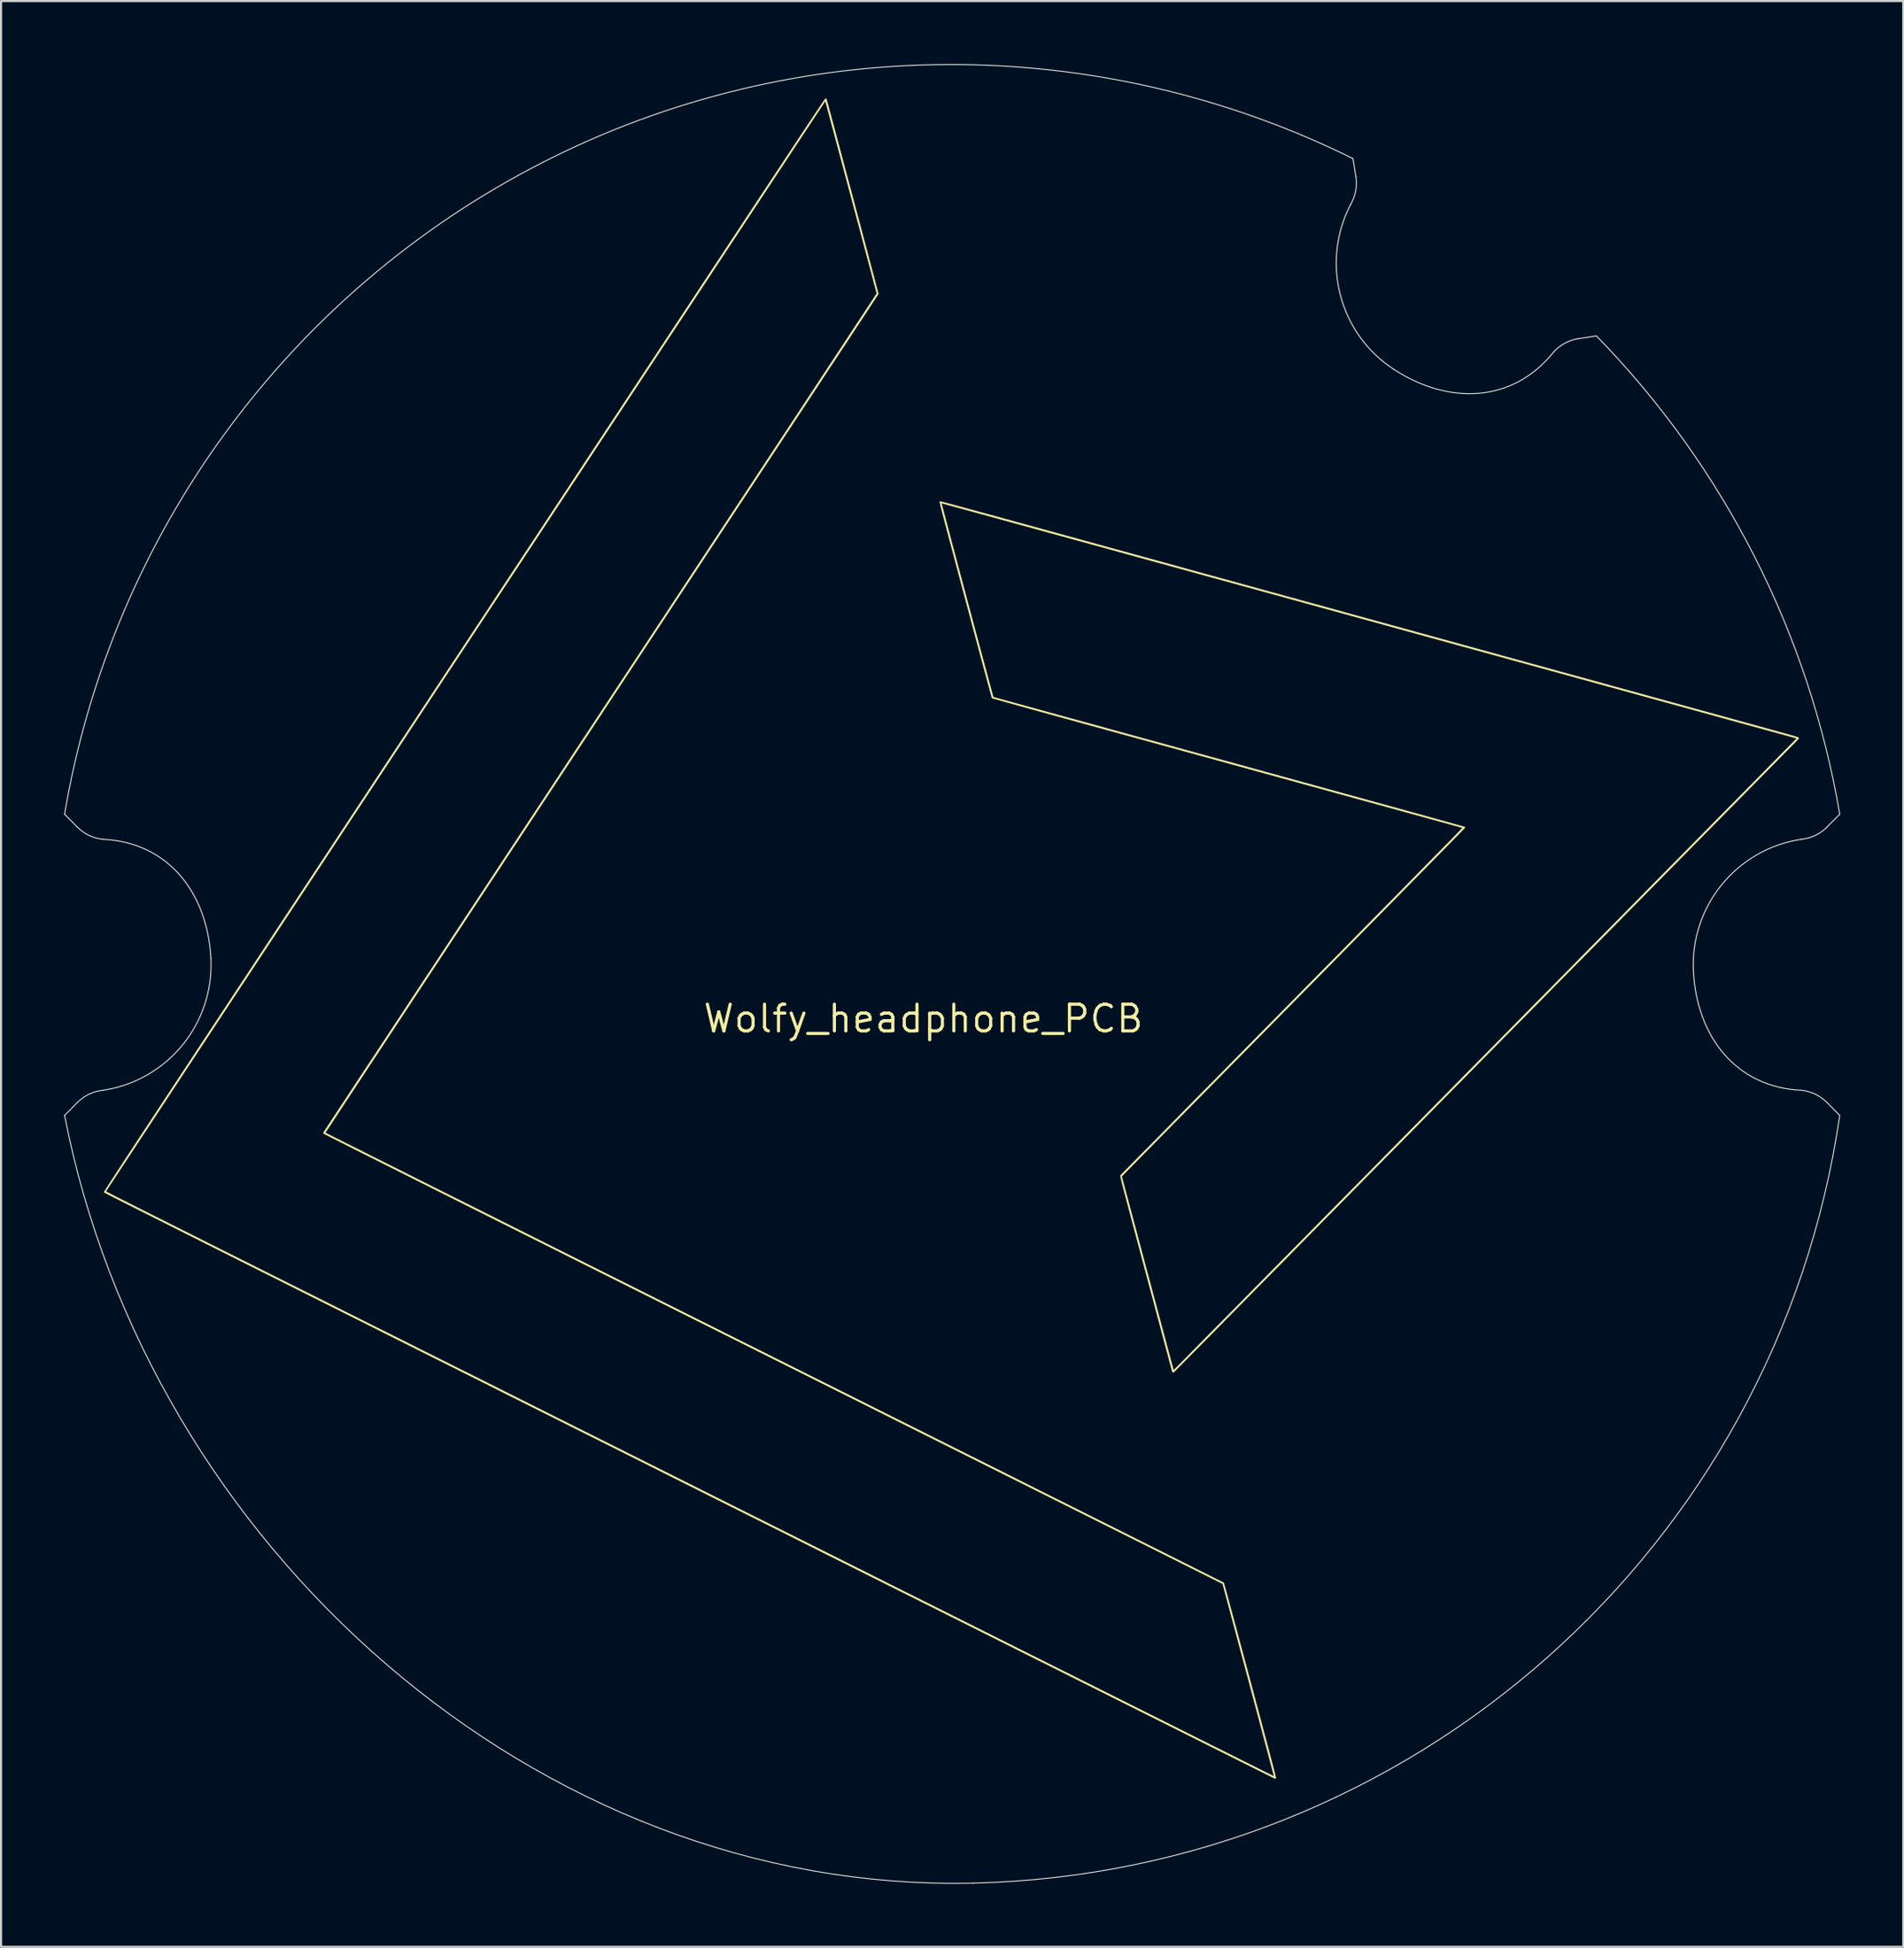
<source format=kicad_pcb>
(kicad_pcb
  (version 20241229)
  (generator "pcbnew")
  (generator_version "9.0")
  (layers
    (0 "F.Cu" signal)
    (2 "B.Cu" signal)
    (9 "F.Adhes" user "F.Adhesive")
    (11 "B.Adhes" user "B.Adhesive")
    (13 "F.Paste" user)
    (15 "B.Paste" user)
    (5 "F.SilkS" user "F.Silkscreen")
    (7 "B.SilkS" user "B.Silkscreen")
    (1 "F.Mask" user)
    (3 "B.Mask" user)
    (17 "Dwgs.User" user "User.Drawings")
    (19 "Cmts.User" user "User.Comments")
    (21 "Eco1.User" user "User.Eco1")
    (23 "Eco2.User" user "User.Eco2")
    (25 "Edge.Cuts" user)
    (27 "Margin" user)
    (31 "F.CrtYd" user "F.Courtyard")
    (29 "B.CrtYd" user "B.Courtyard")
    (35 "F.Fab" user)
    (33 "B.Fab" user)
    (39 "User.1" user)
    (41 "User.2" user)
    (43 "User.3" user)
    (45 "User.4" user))
  (footprint "Wolfy_headphone_PCB"
    (layer "F.Cu")
    (at 42.399 43.283)
    (property "Reference" "Wolfy_headphone_PCB" (at -1.5 2.15 0) (layer "F.SilkS") (effects (font (size 1.27 1.27) (thickness 0.15))))
    (attr through_hole)
    (fp_poly (pts (xy -0.703 -22.468) (xy -0.696 -22.467) (xy -0.686 -22.465) (xy -0.674 -22.463) (xy -0.658 -22.46) (xy -0.639 -22.456) (xy -0.616 -22.451) (xy -0.589 -22.444) (xy -0.557 -22.436) (xy -0.52 -22.427) (xy -0.478 -22.416) (xy -0.429 -22.404) (xy -0.375 -22.39) (xy -0.314 -22.373) (xy -0.246 -22.356) (xy -0.17 -22.335) (xy -0.087 -22.313) (xy 0.005 -22.289) (xy 0.104 -22.262) (xy 0.213 -22.233) (xy 0.331 -22.201) (xy 0.459 -22.166) (xy 0.597 -22.129) (xy 0.745 -22.088) (xy 0.904 -22.045) (xy 1.074 -21.999) (xy 1.256 -21.949) (xy 1.45 -21.896) (xy 1.656 -21.84) (xy 1.875 -21.78) (xy 2.107 -21.717) (xy 2.352 -21.649) (xy 2.611 -21.578) (xy 2.885 -21.503) (xy 3.173 -21.424) (xy 3.476 -21.341) (xy 3.795 -21.254) (xy 4.129 -21.162) (xy 4.48 -21.065) (xy 4.847 -20.965) (xy 5.231 -20.859) (xy 5.632 -20.749) (xy 6.051 -20.634) (xy 6.489 -20.513) (xy 6.944 -20.388) (xy 7.419 -20.258) (xy 7.913 -20.122) (xy 8.426 -19.981) (xy 8.959 -19.834) (xy 9.513 -19.682) (xy 10.087 -19.524) (xy 10.683 -19.36) (xy 11.3 -19.19) (xy 11.939 -19.014) (xy 12.601 -18.832) (xy 13.285 -18.644) (xy 13.992 -18.449) (xy 14.722 -18.248) (xy 15.477 -18.041) (xy 16.046 -17.884) (xy 16.875 -17.656) (xy 17.68 -17.435) (xy 18.461 -17.22) (xy 19.218 -17.011) (xy 19.953 -16.809) (xy 20.666 -16.613) (xy 21.356 -16.423) (xy 22.025 -16.239) (xy 22.673 -16.061) (xy 23.3 -15.888) (xy 23.907 -15.721) (xy 24.493 -15.56) (xy 25.061 -15.404) (xy 25.609 -15.253) (xy 26.138 -15.107) (xy 26.649 -14.967) (xy 27.142 -14.831) (xy 27.618 -14.7) (xy 28.077 -14.574) (xy 28.519 -14.452) (xy 28.945 -14.335) (xy 29.355 -14.222) (xy 29.75 -14.114) (xy 30.129 -14.009) (xy 30.494 -13.909) (xy 30.845 -13.812) (xy 31.183 -13.719) (xy 31.507 -13.63) (xy 31.818 -13.544) (xy 32.116 -13.462) (xy 32.403 -13.384) (xy 32.678 -13.308) (xy 32.941 -13.235) (xy 33.194 -13.166) (xy 33.436 -13.099) (xy 33.669 -13.035) (xy 33.891 -12.974) (xy 34.105 -12.915) (xy 34.31 -12.859) (xy 34.506 -12.805) (xy 34.694 -12.753) (xy 34.875 -12.703) (xy 35.049 -12.655) (xy 35.216 -12.609) (xy 35.377 -12.565) (xy 35.532 -12.522) (xy 35.682 -12.481) (xy 35.826 -12.442) (xy 35.966 -12.403) (xy 36.102 -12.366) (xy 36.234 -12.33) (xy 36.362 -12.294) (xy 36.488 -12.26) (xy 36.611 -12.226) (xy 36.731 -12.193) (xy 36.85 -12.16) (xy 36.968 -12.127) (xy 37.085 -12.095) (xy 37.201 -12.063) (xy 37.318 -12.031) (xy 37.434 -11.999) (xy 37.552 -11.967) (xy 37.67 -11.934) (xy 37.79 -11.901) (xy 37.912 -11.868) (xy 38.037 -11.834) (xy 38.124 -11.81) (xy 38.386 -11.737) (xy 38.625 -11.671) (xy 38.842 -11.612) (xy 39.038 -11.558) (xy 39.213 -11.509) (xy 39.369 -11.466) (xy 39.507 -11.427) (xy 39.629 -11.393) (xy 39.734 -11.363) (xy 39.825 -11.337) (xy 39.902 -11.315) (xy 39.967 -11.296) (xy 40.021 -11.28) (xy 40.063 -11.266) (xy 40.097 -11.255) (xy 40.123 -11.246) (xy 40.141 -11.238) (xy 40.153 -11.232) (xy 40.161 -11.227) (xy 40.165 -11.223) (xy 40.165 -11.223) (xy 40.173 -11.195) (xy 40.171 -11.178) (xy 40.162 -11.169) (xy 40.135 -11.142) (xy 40.091 -11.097) (xy 40.031 -11.035) (xy 39.954 -10.957) (xy 39.861 -10.863) (xy 39.752 -10.752) (xy 39.628 -10.626) (xy 39.489 -10.485) (xy 39.335 -10.329) (xy 39.167 -10.159) (xy 38.985 -9.974) (xy 38.79 -9.776) (xy 38.581 -9.564) (xy 38.36 -9.339) (xy 38.126 -9.102) (xy 37.88 -8.853) (xy 37.622 -8.591) (xy 37.353 -8.318) (xy 37.072 -8.034) (xy 36.781 -7.739) (xy 36.48 -7.433) (xy 36.169 -7.117) (xy 35.848 -6.792) (xy 35.518 -6.457) (xy 35.178 -6.113) (xy 34.831 -5.76) (xy 34.475 -5.399) (xy 34.111 -5.031) (xy 33.74 -4.654) (xy 33.361 -4.271) (xy 32.976 -3.88) (xy 32.585 -3.483) (xy 32.187 -3.08) (xy 31.784 -2.671) (xy 31.375 -2.256) (xy 30.961 -1.837) (xy 30.543 -1.413) (xy 30.12 -0.984) (xy 29.694 -0.552) (xy 29.264 -0.116) (xy 28.83 0.323) (xy 28.394 0.765) (xy 27.956 1.21) (xy 27.515 1.657) (xy 27.072 2.106) (xy 26.628 2.556) (xy 26.183 3.007) (xy 25.737 3.459) (xy 25.291 3.911) (xy 24.845 4.363) (xy 24.399 4.815) (xy 23.954 5.266) (xy 23.51 5.716) (xy 23.068 6.165) (xy 22.627 6.612) (xy 22.188 7.057) (xy 21.752 7.499) (xy 21.319 7.938) (xy 20.889 8.374) (xy 20.462 8.806) (xy 20.04 9.234) (xy 19.621 9.658) (xy 19.208 10.078) (xy 18.799 10.492) (xy 18.396 10.901) (xy 17.998 11.304) (xy 17.607 11.7) (xy 17.222 12.091) (xy 16.843 12.474) (xy 16.472 12.85) (xy 16.108 13.219) (xy 15.753 13.58) (xy 15.405 13.932) (xy 15.066 14.275) (xy 14.736 14.61) (xy 14.415 14.935) (xy 14.103 15.251) (xy 13.802 15.556) (xy 13.511 15.851) (xy 13.231 16.135) (xy 12.962 16.407) (xy 12.704 16.669) (xy 12.458 16.918) (xy 12.224 17.155) (xy 12.003 17.379) (xy 11.794 17.59) (xy 11.599 17.788) (xy 11.417 17.972) (xy 11.249 18.142) (xy 11.096 18.297) (xy 10.957 18.438) (xy 10.833 18.564) (xy 10.724 18.674) (xy 10.631 18.768) (xy 10.554 18.845) (xy 10.494 18.906) (xy 10.45 18.95) (xy 10.424 18.977) (xy 10.415 18.986) (xy 10.397 18.984) (xy 10.379 18.977) (xy 10.354 18.959) (xy 10.344 18.943) (xy 10.341 18.93) (xy 10.331 18.892) (xy 10.314 18.832) (xy 10.292 18.749) (xy 10.265 18.646) (xy 10.231 18.522) (xy 10.193 18.379) (xy 10.15 18.217) (xy 10.102 18.038) (xy 10.049 17.841) (xy 9.993 17.629) (xy 9.932 17.401) (xy 9.867 17.159) (xy 9.799 16.904) (xy 9.727 16.636) (xy 9.652 16.356) (xy 9.575 16.065) (xy 9.494 15.764) (xy 9.412 15.454) (xy 9.326 15.136) (xy 9.239 14.809) (xy 9.15 14.477) (xy 9.098 14.28) (xy 8.99 13.877) (xy 8.889 13.498) (xy 8.794 13.142) (xy 8.705 12.809) (xy 8.622 12.497) (xy 8.544 12.205) (xy 8.472 11.935) (xy 8.405 11.683) (xy 8.343 11.45) (xy 8.286 11.236) (xy 8.234 11.038) (xy 8.186 10.858) (xy 8.142 10.693) (xy 8.103 10.543) (xy 8.067 10.408) (xy 8.036 10.286) (xy 8.007 10.177) (xy 7.982 10.081) (xy 7.961 9.996) (xy 7.942 9.922) (xy 7.926 9.858) (xy 7.913 9.803) (xy 7.902 9.757) (xy 7.893 9.719) (xy 7.886 9.688) (xy 7.881 9.663) (xy 7.878 9.645) (xy 7.876 9.631) (xy 7.876 9.621) (xy 7.876 9.616) (xy 7.877 9.613) (xy 7.887 9.603) (xy 7.914 9.575) (xy 7.958 9.53) (xy 8.019 9.468) (xy 8.096 9.389) (xy 8.189 9.294) (xy 8.298 9.184) (xy 8.421 9.059) (xy 8.559 8.918) (xy 8.712 8.763) (xy 8.878 8.594) (xy 9.058 8.412) (xy 9.251 8.216) (xy 9.456 8.007) (xy 9.674 7.786) (xy 9.904 7.553) (xy 10.145 7.308) (xy 10.397 7.052) (xy 10.66 6.785) (xy 10.933 6.507) (xy 11.217 6.22) (xy 11.509 5.923) (xy 11.811 5.617) (xy 12.122 5.302) (xy 12.441 4.978) (xy 12.768 4.647) (xy 13.102 4.307) (xy 13.443 3.961) (xy 13.792 3.608) (xy 14.146 3.248) (xy 14.507 2.882) (xy 14.873 2.511) (xy 15.244 2.135) (xy 15.62 1.754) (xy 16 1.368) (xy 16.037 1.331) (xy 16.487 0.875) (xy 16.926 0.429) (xy 17.355 -0.006) (xy 17.773 -0.43) (xy 18.181 -0.843) (xy 18.577 -1.245) (xy 18.961 -1.636) (xy 19.334 -2.014) (xy 19.696 -2.381) (xy 20.044 -2.735) (xy 20.381 -3.077) (xy 20.705 -3.406) (xy 21.016 -3.722) (xy 21.314 -4.025) (xy 21.598 -4.314) (xy 21.869 -4.589) (xy 22.126 -4.851) (xy 22.369 -5.098) (xy 22.598 -5.33) (xy 22.812 -5.548) (xy 23.011 -5.752) (xy 23.196 -5.939) (xy 23.365 -6.112) (xy 23.518 -6.268) (xy 23.656 -6.409) (xy 23.778 -6.534) (xy 23.883 -6.642) (xy 23.972 -6.733) (xy 24.045 -6.808) (xy 24.1 -6.865) (xy 24.138 -6.905) (xy 24.159 -6.927) (xy 24.163 -6.932) (xy 24.15 -6.936) (xy 24.113 -6.946) (xy 24.053 -6.963) (xy 23.97 -6.986) (xy 23.866 -7.015) (xy 23.74 -7.05) (xy 23.594 -7.09) (xy 23.428 -7.136) (xy 23.242 -7.187) (xy 23.038 -7.243) (xy 22.816 -7.305) (xy 22.577 -7.371) (xy 22.321 -7.441) (xy 22.049 -7.516) (xy 21.761 -7.595) (xy 21.459 -7.679) (xy 21.143 -7.766) (xy 20.813 -7.856) (xy 20.471 -7.951) (xy 20.117 -8.048) (xy 19.751 -8.149) (xy 19.374 -8.253) (xy 18.987 -8.359) (xy 18.591 -8.468) (xy 18.186 -8.58) (xy 17.772 -8.693) (xy 17.351 -8.809) (xy 16.923 -8.927) (xy 16.489 -9.046) (xy 16.363 -9.081) (xy 15.898 -9.209) (xy 15.43 -9.338) (xy 14.957 -9.468) (xy 14.482 -9.598) (xy 14.006 -9.729) (xy 13.529 -9.86) (xy 13.053 -9.991) (xy 12.578 -10.122) (xy 12.107 -10.252) (xy 11.639 -10.38) (xy 11.177 -10.507) (xy 10.721 -10.633) (xy 10.272 -10.756) (xy 9.831 -10.877) (xy 9.4 -10.996) (xy 8.98 -11.112) (xy 8.571 -11.224) (xy 8.174 -11.333) (xy 7.792 -11.438) (xy 7.424 -11.539) (xy 7.072 -11.636) (xy 6.737 -11.728) (xy 6.421 -11.815) (xy 6.124 -11.897) (xy 5.847 -11.973) (xy 5.591 -12.044) (xy 5.358 -12.108) (xy 5.18 -12.156) (xy 4.893 -12.235) (xy 4.613 -12.313) (xy 4.339 -12.388) (xy 4.074 -12.461) (xy 3.818 -12.532) (xy 3.573 -12.6) (xy 3.339 -12.665) (xy 3.117 -12.726) (xy 2.908 -12.784) (xy 2.714 -12.839) (xy 2.534 -12.889) (xy 2.372 -12.934) (xy 2.226 -12.975) (xy 2.098 -13.011) (xy 1.99 -13.042) (xy 1.902 -13.067) (xy 1.835 -13.086) (xy 1.79 -13.099) (xy 1.769 -13.106) (xy 1.767 -13.107) (xy 1.762 -13.121) (xy 1.751 -13.158) (xy 1.735 -13.217) (xy 1.712 -13.299) (xy 1.684 -13.402) (xy 1.65 -13.526) (xy 1.611 -13.668) (xy 1.567 -13.83) (xy 1.519 -14.009) (xy 1.466 -14.205) (xy 1.408 -14.417) (xy 1.347 -14.645) (xy 1.282 -14.886) (xy 1.213 -15.142) (xy 1.141 -15.41) (xy 1.066 -15.689) (xy 0.988 -15.98) (xy 0.907 -16.281) (xy 0.824 -16.591) (xy 0.739 -16.91) (xy 0.652 -17.236) (xy 0.562 -17.569) (xy 0.506 -17.783) (xy 0.398 -18.185) (xy 0.297 -18.563) (xy 0.202 -18.918) (xy 0.113 -19.251) (xy 0.03 -19.562) (xy -0.047 -19.853) (xy -0.119 -20.123) (xy -0.186 -20.373) (xy -0.248 -20.605) (xy -0.305 -20.82) (xy -0.357 -21.016) (xy -0.405 -21.197) (xy -0.449 -21.361) (xy -0.488 -21.511) (xy -0.524 -21.646) (xy -0.556 -21.768) (xy -0.584 -21.877) (xy -0.609 -21.973) (xy -0.631 -22.059) (xy -0.65 -22.133) (xy -0.666 -22.198) (xy -0.68 -22.253) (xy -0.691 -22.3) (xy -0.7 -22.34) (xy -0.707 -22.372) (xy -0.709 -22.382) (xy -0.632 -22.382) (xy -0.63 -22.369) (xy -0.621 -22.333) (xy -0.606 -22.274) (xy -0.585 -22.194) (xy -0.559 -22.094) (xy -0.527 -21.974) (xy -0.491 -21.836) (xy -0.45 -21.68) (xy -0.405 -21.508) (xy -0.355 -21.322) (xy -0.302 -21.12) (xy -0.245 -20.906) (xy -0.185 -20.68) (xy -0.122 -20.442) (xy -0.056 -20.195) (xy 0.012 -19.938) (xy 0.083 -19.674) (xy 0.155 -19.402) (xy 0.229 -19.125) (xy 0.305 -18.843) (xy 0.381 -18.557) (xy 0.458 -18.268) (xy 0.536 -17.977) (xy 0.614 -17.686) (xy 0.692 -17.395) (xy 0.769 -17.105) (xy 0.846 -16.818) (xy 0.922 -16.534) (xy 0.997 -16.254) (xy 1.07 -15.98) (xy 1.142 -15.713) (xy 1.212 -15.453) (xy 1.28 -15.201) (xy 1.345 -14.959) (xy 1.407 -14.728) (xy 1.466 -14.509) (xy 1.522 -14.302) (xy 1.574 -14.109) (xy 1.622 -13.931) (xy 1.666 -13.768) (xy 1.705 -13.623) (xy 1.74 -13.495) (xy 1.77 -13.387) (xy 1.794 -13.298) (xy 1.813 -13.23) (xy 1.826 -13.184) (xy 1.833 -13.162) (xy 1.834 -13.159) (xy 1.847 -13.155) (xy 1.884 -13.145) (xy 1.943 -13.129) (xy 2.024 -13.107) (xy 2.125 -13.079) (xy 2.246 -13.045) (xy 2.386 -13.007) (xy 2.543 -12.964) (xy 2.717 -12.916) (xy 2.907 -12.864) (xy 3.111 -12.807) (xy 3.33 -12.747) (xy 3.561 -12.684) (xy 3.804 -12.617) (xy 4.058 -12.547) (xy 4.322 -12.475) (xy 4.594 -12.4) (xy 4.875 -12.323) (xy 5.163 -12.243) (xy 5.358 -12.19) (xy 6.286 -11.935) (xy 7.189 -11.687) (xy 8.068 -11.445) (xy 8.923 -11.21) (xy 9.753 -10.982) (xy 10.56 -10.76) (xy 11.342 -10.545) (xy 12.101 -10.336) (xy 12.836 -10.134) (xy 13.547 -9.939) (xy 14.234 -9.749) (xy 14.898 -9.567) (xy 15.538 -9.391) (xy 16.155 -9.221) (xy 16.749 -9.058) (xy 17.319 -8.9) (xy 17.866 -8.75) (xy 18.39 -8.605) (xy 18.891 -8.467) (xy 19.37 -8.336) (xy 19.825 -8.21) (xy 20.258 -8.091) (xy 20.668 -7.978) (xy 21.055 -7.871) (xy 21.42 -7.77) (xy 21.763 -7.676) (xy 22.083 -7.587) (xy 22.381 -7.505) (xy 22.657 -7.428) (xy 22.911 -7.358) (xy 23.143 -7.294) (xy 23.353 -7.236) (xy 23.541 -7.183) (xy 23.707 -7.137) (xy 23.852 -7.097) (xy 23.975 -7.062) (xy 24.077 -7.033) (xy 24.157 -7.011) (xy 24.216 -6.994) (xy 24.254 -6.983) (xy 24.271 -6.977) (xy 24.272 -6.977) (xy 24.278 -6.953) (xy 24.278 -6.935) (xy 24.269 -6.924) (xy 24.242 -6.896) (xy 24.198 -6.85) (xy 24.136 -6.786) (xy 24.058 -6.705) (xy 23.963 -6.607) (xy 23.851 -6.493) (xy 23.722 -6.361) (xy 23.577 -6.213) (xy 23.416 -6.049) (xy 23.24 -5.869) (xy 23.047 -5.673) (xy 22.839 -5.461) (xy 22.616 -5.234) (xy 22.378 -4.992) (xy 22.125 -4.734) (xy 21.857 -4.462) (xy 21.575 -4.175) (xy 21.278 -3.874) (xy 20.968 -3.558) (xy 20.643 -3.229) (xy 20.305 -2.885) (xy 19.953 -2.528) (xy 19.588 -2.158) (xy 19.21 -1.774) (xy 18.819 -1.377) (xy 18.416 -0.967) (xy 18 -0.545) (xy 17.571 -0.111) (xy 17.131 0.336) (xy 16.678 0.795) (xy 16.318 1.16) (xy 15.941 1.543) (xy 15.567 1.922) (xy 15.198 2.296) (xy 14.833 2.666) (xy 14.474 3.03) (xy 14.12 3.389) (xy 13.772 3.742) (xy 13.431 4.088) (xy 13.096 4.427) (xy 12.769 4.759) (xy 12.449 5.083) (xy 12.138 5.399) (xy 11.835 5.707) (xy 11.541 6.005) (xy 11.256 6.294) (xy 10.981 6.573) (xy 10.716 6.842) (xy 10.461 7.1) (xy 10.218 7.347) (xy 9.986 7.582) (xy 9.765 7.806) (xy 9.557 8.017) (xy 9.362 8.215) (xy 9.179 8.4) (xy 9.01 8.572) (xy 8.855 8.729) (xy 8.714 8.872) (xy 8.588 9) (xy 8.477 9.113) (xy 8.382 9.21) (xy 8.302 9.291) (xy 8.239 9.355) (xy 8.192 9.403) (xy 8.163 9.433) (xy 8.154 9.442) (xy 7.946 9.656) (xy 9.174 14.257) (xy 9.264 14.591) (xy 9.352 14.92) (xy 9.437 15.241) (xy 9.521 15.554) (xy 9.603 15.859) (xy 9.682 16.154) (xy 9.758 16.438) (xy 9.831 16.711) (xy 9.901 16.972) (xy 9.967 17.22) (xy 10.03 17.454) (xy 10.088 17.673) (xy 10.143 17.877) (xy 10.193 18.064) (xy 10.239 18.233) (xy 10.279 18.385) (xy 10.315 18.518) (xy 10.345 18.63) (xy 10.37 18.722) (xy 10.389 18.793) (xy 10.402 18.841) (xy 10.409 18.865) (xy 10.41 18.869) (xy 10.421 18.864) (xy 10.446 18.843) (xy 10.483 18.808) (xy 10.53 18.763) (xy 10.584 18.709) (xy 10.602 18.69) (xy 10.618 18.675) (xy 10.65 18.641) (xy 10.701 18.59) (xy 10.768 18.522) (xy 10.851 18.437) (xy 10.951 18.336) (xy 11.068 18.218) (xy 11.199 18.084) (xy 11.347 17.935) (xy 11.509 17.77) (xy 11.686 17.59) (xy 11.878 17.396) (xy 12.084 17.187) (xy 12.304 16.964) (xy 12.538 16.727) (xy 12.785 16.476) (xy 13.045 16.213) (xy 13.318 15.936) (xy 13.603 15.647) (xy 13.9 15.345) (xy 14.209 15.032) (xy 14.53 14.707) (xy 14.862 14.37) (xy 15.205 14.022) (xy 15.558 13.664) (xy 15.922 13.295) (xy 16.296 12.916) (xy 16.68 12.527) (xy 17.073 12.128) (xy 17.475 11.72) (xy 17.886 11.304) (xy 18.306 10.878) (xy 18.734 10.444) (xy 19.17 10.002) (xy 19.613 9.553) (xy 20.064 9.096) (xy 20.522 8.631) (xy 20.987 8.16) (xy 21.458 7.683) (xy 21.935 7.199) (xy 22.418 6.709) (xy 22.907 6.214) (xy 23.401 5.713) (xy 23.9 5.207) (xy 24.403 4.697) (xy 24.911 4.182) (xy 25.423 3.663) (xy 25.424 3.662) (xy 25.935 3.144) (xy 26.442 2.63) (xy 26.944 2.121) (xy 27.442 1.617) (xy 27.934 1.118) (xy 28.421 0.624) (xy 28.902 0.136) (xy 29.377 -0.345) (xy 29.846 -0.821) (xy 30.308 -1.289) (xy 30.763 -1.751) (xy 31.211 -2.205) (xy 31.652 -2.652) (xy 32.085 -3.091) (xy 32.509 -3.521) (xy 32.926 -3.943) (xy 33.333 -4.357) (xy 33.732 -4.761) (xy 34.121 -5.156) (xy 34.501 -5.541) (xy 34.871 -5.916) (xy 35.231 -6.281) (xy 35.58 -6.635) (xy 35.919 -6.978) (xy 36.246 -7.311) (xy 36.563 -7.631) (xy 36.867 -7.94) (xy 37.16 -8.237) (xy 37.44 -8.522) (xy 37.708 -8.793) (xy 37.964 -9.052) (xy 38.206 -9.298) (xy 38.434 -9.53) (xy 38.649 -9.748) (xy 38.85 -9.952) (xy 39.037 -10.141) (xy 39.209 -10.316) (xy 39.366 -10.475) (xy 39.509 -10.62) (xy 39.635 -10.748) (xy 39.746 -10.861) (xy 39.841 -10.957) (xy 39.919 -11.037) (xy 39.981 -11.1) (xy 40.026 -11.145) (xy 40.054 -11.174) (xy 40.064 -11.184) (xy 40.064 -11.184) (xy 40.054 -11.191) (xy 40.026 -11.202) (xy 39.983 -11.215) (xy 39.969 -11.219) (xy 39.953 -11.223) (xy 39.914 -11.234) (xy 39.85 -11.251) (xy 39.763 -11.275) (xy 39.654 -11.305) (xy 39.522 -11.342) (xy 39.368 -11.384) (xy 39.192 -11.432) (xy 38.995 -11.486) (xy 38.778 -11.546) (xy 38.539 -11.612) (xy 38.281 -11.683) (xy 38.003 -11.759) (xy 37.706 -11.841) (xy 37.39 -11.928) (xy 37.056 -12.02) (xy 36.704 -12.117) (xy 36.334 -12.219) (xy 35.947 -12.325) (xy 35.543 -12.436) (xy 35.123 -12.552) (xy 34.687 -12.672) (xy 34.235 -12.796) (xy 33.768 -12.924) (xy 33.286 -13.057) (xy 32.79 -13.193) (xy 32.28 -13.334) (xy 31.757 -13.478) (xy 31.22 -13.625) (xy 30.671 -13.777) (xy 30.109 -13.931) (xy 29.536 -14.089) (xy 28.951 -14.25) (xy 28.355 -14.414) (xy 27.748 -14.581) (xy 27.131 -14.751) (xy 26.504 -14.923) (xy 25.867 -15.098) (xy 25.222 -15.276) (xy 24.567 -15.456) (xy 23.905 -15.638) (xy 23.235 -15.823) (xy 22.557 -16.009) (xy 21.872 -16.198) (xy 21.181 -16.388) (xy 20.483 -16.58) (xy 19.779 -16.774) (xy 19.622 -16.817) (xy 18.918 -17.011) (xy 18.219 -17.203) (xy 17.527 -17.393) (xy 16.841 -17.582) (xy 16.163 -17.769) (xy 15.492 -17.953) (xy 14.829 -18.136) (xy 14.174 -18.316) (xy 13.527 -18.494) (xy 12.89 -18.669) (xy 12.262 -18.841) (xy 11.644 -19.011) (xy 11.036 -19.179) (xy 10.439 -19.343) (xy 9.854 -19.504) (xy 9.279 -19.662) (xy 8.717 -19.816) (xy 8.166 -19.968) (xy 7.629 -20.115) (xy 7.104 -20.26) (xy 6.593 -20.4) (xy 6.096 -20.537) (xy 5.614 -20.669) (xy 5.146 -20.798) (xy 4.693 -20.922) (xy 4.255 -21.042) (xy 3.834 -21.158) (xy 3.429 -21.269) (xy 3.04 -21.376) (xy 2.669 -21.478) (xy 2.315 -21.575) (xy 1.979 -21.667) (xy 1.662 -21.755) (xy 1.363 -21.836) (xy 1.083 -21.913) (xy 0.823 -21.984) (xy 0.583 -22.05) (xy 0.364 -22.111) (xy 0.165 -22.165) (xy -0.013 -22.214) (xy -0.17 -22.256) (xy -0.304 -22.293) (xy -0.416 -22.324) (xy -0.505 -22.348) (xy -0.571 -22.366) (xy -0.613 -22.377) (xy -0.632 -22.382) (xy -0.632 -22.382) (xy -0.709 -22.382) (xy -0.713 -22.398) (xy -0.716 -22.418) (xy -0.719 -22.434) (xy -0.72 -22.446) (xy -0.72 -22.454) (xy -0.719 -22.459) (xy -0.717 -22.463) (xy -0.715 -22.465) (xy -0.715 -22.466) (xy -0.714 -22.467) (xy -0.712 -22.467) (xy -0.708 -22.468) (xy -0.703 -22.468)) (stroke (width 0.01) (type solid)) (fill yes) (layer "F.SilkS"))
    (fp_poly (pts (xy -6.124 -41.638) (xy -6.113 -41.634) (xy -6.109 -41.621) (xy -6.098 -41.584) (xy -6.082 -41.526) (xy -6.061 -41.445) (xy -6.033 -41.345) (xy -6.001 -41.225) (xy -5.964 -41.086) (xy -5.922 -40.931) (xy -5.876 -40.759) (xy -5.825 -40.571) (xy -5.771 -40.37) (xy -5.714 -40.155) (xy -5.653 -39.928) (xy -5.589 -39.69) (xy -5.523 -39.442) (xy -5.454 -39.185) (xy -5.384 -38.92) (xy -5.311 -38.648) (xy -5.237 -38.369) (xy -5.161 -38.086) (xy -5.085 -37.799) (xy -5.007 -37.509) (xy -4.929 -37.218) (xy -4.851 -36.925) (xy -4.774 -36.633) (xy -4.696 -36.342) (xy -4.619 -36.053) (xy -4.543 -35.767) (xy -4.468 -35.486) (xy -4.395 -35.211) (xy -4.323 -34.941) (xy -4.254 -34.68) (xy -4.186 -34.426) (xy -4.121 -34.182) (xy -4.06 -33.949) (xy -4.001 -33.727) (xy -3.945 -33.518) (xy -3.893 -33.323) (xy -3.845 -33.142) (xy -3.802 -32.977) (xy -3.763 -32.828) (xy -3.728 -32.698) (xy -3.699 -32.586) (xy -3.675 -32.494) (xy -3.656 -32.423) (xy -3.644 -32.374) (xy -3.637 -32.347) (xy -3.636 -32.343) (xy -3.643 -32.332) (xy -3.664 -32.3) (xy -3.699 -32.247) (xy -3.746 -32.174) (xy -3.807 -32.082) (xy -3.881 -31.969) (xy -3.967 -31.838) (xy -4.066 -31.687) (xy -4.178 -31.518) (xy -4.301 -31.331) (xy -4.436 -31.126) (xy -4.583 -30.903) (xy -4.741 -30.663) (xy -4.91 -30.406) (xy -5.09 -30.132) (xy -5.281 -29.842) (xy -5.483 -29.536) (xy -5.695 -29.215) (xy -5.917 -28.878) (xy -6.149 -28.526) (xy -6.39 -28.16) (xy -6.641 -27.779) (xy -6.902 -27.384) (xy -7.171 -26.976) (xy -7.449 -26.554) (xy -7.735 -26.119) (xy -8.031 -25.672) (xy -8.334 -25.212) (xy -8.645 -24.74) (xy -8.964 -24.257) (xy -9.29 -23.762) (xy -9.624 -23.256) (xy -9.964 -22.739) (xy -10.312 -22.212) (xy -10.666 -21.675) (xy -11.027 -21.129) (xy -11.394 -20.572) (xy -11.767 -20.007) (xy -12.145 -19.433) (xy -12.53 -18.85) (xy -12.919 -18.26) (xy -13.314 -17.662) (xy -13.714 -17.056) (xy -14.118 -16.443) (xy -14.527 -15.823) (xy -14.94 -15.197) (xy -15.357 -14.565) (xy -15.778 -13.927) (xy -16.203 -13.283) (xy -16.631 -12.635) (xy -16.8 -12.378) (xy -17.229 -11.727) (xy -17.655 -11.082) (xy -18.078 -10.441) (xy -18.496 -9.807) (xy -18.911 -9.178) (xy -19.321 -8.556) (xy -19.728 -7.941) (xy -20.129 -7.332) (xy -20.526 -6.731) (xy -20.917 -6.137) (xy -21.304 -5.552) (xy -21.684 -4.975) (xy -22.06 -4.406) (xy -22.429 -3.846) (xy -22.792 -3.296) (xy -23.149 -2.755) (xy -23.499 -2.224) (xy -23.842 -1.704) (xy -24.179 -1.194) (xy -24.508 -0.694) (xy -24.83 -0.207) (xy -25.144 0.27) (xy -25.45 0.734) (xy -25.748 1.186) (xy -26.038 1.626) (xy -26.32 2.052) (xy -26.592 2.466) (xy -26.856 2.866) (xy -27.111 3.252) (xy -27.356 3.624) (xy -27.591 3.981) (xy -27.817 4.323) (xy -28.033 4.651) (xy -28.239 4.963) (xy -28.434 5.259) (xy -28.618 5.538) (xy -28.792 5.802) (xy -28.954 6.048) (xy -29.106 6.278) (xy -29.245 6.49) (xy -29.373 6.684) (xy -29.489 6.86) (xy -29.593 7.017) (xy -29.684 7.156) (xy -29.763 7.276) (xy -29.829 7.376) (xy -29.882 7.456) (xy -29.921 7.517) (xy -29.948 7.557) (xy -29.96 7.576) (xy -29.961 7.578) (xy -29.95 7.584) (xy -29.916 7.601) (xy -29.861 7.629) (xy -29.783 7.668) (xy -29.685 7.718) (xy -29.565 7.778) (xy -29.425 7.849) (xy -29.264 7.929) (xy -29.084 8.02) (xy -28.884 8.12) (xy -28.665 8.23) (xy -28.427 8.35) (xy -28.17 8.478) (xy -27.896 8.616) (xy -27.603 8.763) (xy -27.293 8.918) (xy -26.966 9.082) (xy -26.622 9.254) (xy -26.262 9.435) (xy -25.886 9.623) (xy -25.494 9.82) (xy -25.087 10.024) (xy -24.664 10.236) (xy -24.227 10.454) (xy -23.776 10.68) (xy -23.311 10.913) (xy -22.832 11.153) (xy -22.34 11.4) (xy -21.835 11.653) (xy -21.317 11.912) (xy -20.787 12.177) (xy -20.246 12.448) (xy -19.693 12.725) (xy -19.129 13.008) (xy -18.553 13.296) (xy -17.968 13.589) (xy -17.372 13.887) (xy -16.767 14.19) (xy -16.152 14.498) (xy -15.528 14.81) (xy -14.896 15.126) (xy -14.255 15.447) (xy -13.606 15.772) (xy -12.95 16.1) (xy -12.286 16.432) (xy -11.615 16.768) (xy -10.938 17.107) (xy -10.255 17.449) (xy -9.565 17.794) (xy -8.87 18.142) (xy -8.591 18.282) (xy -7.893 18.63) (xy -7.202 18.977) (xy -6.516 19.32) (xy -5.836 19.66) (xy -5.162 19.997) (xy -4.495 20.331) (xy -3.836 20.661) (xy -3.184 20.987) (xy -2.539 21.31) (xy -1.903 21.628) (xy -1.276 21.942) (xy -0.657 22.252) (xy -0.047 22.557) (xy 0.552 22.857) (xy 1.142 23.152) (xy 1.722 23.442) (xy 2.291 23.727) (xy 2.849 24.006) (xy 3.395 24.28) (xy 3.93 24.548) (xy 4.453 24.81) (xy 4.964 25.065) (xy 5.461 25.314) (xy 5.946 25.557) (xy 6.417 25.793) (xy 6.875 26.022) (xy 7.318 26.244) (xy 7.747 26.459) (xy 8.16 26.666) (xy 8.559 26.866) (xy 8.942 27.058) (xy 9.309 27.242) (xy 9.66 27.417) (xy 9.995 27.585) (xy 10.312 27.744) (xy 10.612 27.894) (xy 10.894 28.036) (xy 11.159 28.168) (xy 11.405 28.292) (xy 11.632 28.406) (xy 11.84 28.51) (xy 12.029 28.605) (xy 12.198 28.69) (xy 12.347 28.764) (xy 12.475 28.829) (xy 12.583 28.883) (xy 12.669 28.926) (xy 12.734 28.959) (xy 12.777 28.981) (xy 12.798 28.992) (xy 12.8 28.993) (xy 12.805 29.006) (xy 12.816 29.044) (xy 12.833 29.104) (xy 12.856 29.186) (xy 12.885 29.29) (xy 12.919 29.414) (xy 12.958 29.559) (xy 13.003 29.722) (xy 13.052 29.903) (xy 13.106 30.102) (xy 13.164 30.317) (xy 13.227 30.548) (xy 13.293 30.795) (xy 13.364 31.055) (xy 13.438 31.329) (xy 13.515 31.616) (xy 13.595 31.914) (xy 13.678 32.224) (xy 13.764 32.544) (xy 13.852 32.873) (xy 13.943 33.211) (xy 14.036 33.557) (xy 14.059 33.643) (xy 14.167 34.046) (xy 14.268 34.425) (xy 14.363 34.782) (xy 14.453 35.115) (xy 14.536 35.427) (xy 14.614 35.719) (xy 14.686 35.99) (xy 14.753 36.241) (xy 14.815 36.474) (xy 14.872 36.688) (xy 14.925 36.886) (xy 14.973 37.066) (xy 15.016 37.231) (xy 15.056 37.381) (xy 15.091 37.516) (xy 15.123 37.637) (xy 15.151 37.745) (xy 15.176 37.842) (xy 15.198 37.926) (xy 15.216 38) (xy 15.232 38.063) (xy 15.246 38.117) (xy 15.256 38.162) (xy 15.265 38.2) (xy 15.271 38.23) (xy 15.276 38.253) (xy 15.279 38.271) (xy 15.281 38.284) (xy 15.281 38.292) (xy 15.28 38.297) (xy 15.279 38.297) (xy 15.256 38.315) (xy 15.24 38.318) (xy 15.228 38.313) (xy 15.194 38.296) (xy 15.137 38.268) (xy 15.059 38.229) (xy 14.959 38.179) (xy 14.839 38.119) (xy 14.697 38.048) (xy 14.535 37.967) (xy 14.352 37.876) (xy 14.15 37.775) (xy 13.927 37.664) (xy 13.686 37.544) (xy 13.425 37.414) (xy 13.146 37.274) (xy 12.849 37.125) (xy 12.533 36.968) (xy 12.199 36.801) (xy 11.848 36.626) (xy 11.48 36.441) (xy 11.095 36.249) (xy 10.693 36.048) (xy 10.276 35.839) (xy 9.842 35.622) (xy 9.392 35.398) (xy 8.927 35.165) (xy 8.448 34.925) (xy 7.953 34.678) (xy 7.444 34.424) (xy 6.921 34.162) (xy 6.384 33.893) (xy 5.834 33.618) (xy 5.27 33.336) (xy 4.694 33.048) (xy 4.104 32.753) (xy 3.503 32.453) (xy 2.89 32.146) (xy 2.265 31.833) (xy 1.629 31.515) (xy 0.981 31.191) (xy 0.323 30.862) (xy -0.345 30.528) (xy -1.024 30.188) (xy -1.712 29.844) (xy -2.41 29.495) (xy -3.117 29.141) (xy -3.833 28.783) (xy -4.557 28.421) (xy -5.29 28.054) (xy -6.031 27.684) (xy -6.779 27.309) (xy -7.535 26.931) (xy -8.298 26.549) (xy -9.067 26.164) (xy -9.843 25.776) (xy -10.625 25.385) (xy -11.413 24.991) (xy -12.206 24.594) (xy -12.632 24.381) (xy -13.627 23.883) (xy -14.599 23.396) (xy -15.549 22.921) (xy -16.477 22.456) (xy -17.384 22.003) (xy -18.269 21.56) (xy -19.132 21.128) (xy -19.974 20.706) (xy -20.796 20.295) (xy -21.597 19.895) (xy -22.377 19.504) (xy -23.137 19.124) (xy -23.877 18.753) (xy -24.598 18.392) (xy -25.299 18.042) (xy -25.98 17.7) (xy -26.643 17.369) (xy -27.287 17.047) (xy -27.912 16.734) (xy -28.518 16.43) (xy -29.107 16.135) (xy -29.677 15.85) (xy -30.23 15.573) (xy -30.766 15.305) (xy -31.284 15.045) (xy -31.785 14.794) (xy -32.269 14.551) (xy -32.737 14.317) (xy -33.189 14.091) (xy -33.624 13.873) (xy -34.044 13.663) (xy -34.448 13.46) (xy -34.836 13.265) (xy -35.209 13.078) (xy -35.568 12.899) (xy -35.911 12.727) (xy -36.24 12.561) (xy -36.555 12.404) (xy -36.856 12.253) (xy -37.143 12.109) (xy -37.416 11.972) (xy -37.676 11.841) (xy -37.923 11.717) (xy -38.157 11.6) (xy -38.378 11.488) (xy -38.587 11.383) (xy -38.783 11.285) (xy -38.968 11.192) (xy -39.141 11.105) (xy -39.302 11.023) (xy -39.452 10.948) (xy -39.591 10.878) (xy -39.718 10.813) (xy -39.836 10.754) (xy -39.943 10.7) (xy -40.04 10.651) (xy -40.126 10.606) (xy -40.204 10.567) (xy -40.271 10.533) (xy -40.33 10.503) (xy -40.379 10.477) (xy -40.419 10.456) (xy -40.451 10.439) (xy -40.475 10.427) (xy -40.49 10.418) (xy -40.498 10.414) (xy -40.499 10.413) (xy -40.499 10.411) (xy -40.499 10.408) (xy -40.497 10.404) (xy -40.494 10.398) (xy -40.49 10.39) (xy -40.485 10.38) (xy -40.479 10.369) (xy -40.407 10.369) (xy -40.402 10.373) (xy -40.386 10.382) (xy -40.36 10.396) (xy -40.322 10.416) (xy -40.273 10.441) (xy -40.212 10.473) (xy -40.139 10.51) (xy -40.054 10.553) (xy -39.956 10.603) (xy -39.846 10.659) (xy -39.722 10.722) (xy -39.586 10.791) (xy -39.436 10.866) (xy -39.272 10.949) (xy -39.094 11.039) (xy -38.902 11.135) (xy -38.696 11.239) (xy -38.475 11.35) (xy -38.238 11.469) (xy -37.987 11.596) (xy -37.72 11.73) (xy -37.437 11.872) (xy -37.138 12.022) (xy -36.823 12.18) (xy -36.491 12.346) (xy -36.143 12.521) (xy -35.778 12.704) (xy -35.395 12.896) (xy -34.995 13.097) (xy -34.576 13.306) (xy -34.14 13.525) (xy -33.686 13.752) (xy -33.213 13.989) (xy -32.721 14.236) (xy -32.21 14.491) (xy -31.68 14.757) (xy -31.13 15.032) (xy -30.561 15.317) (xy -29.971 15.612) (xy -29.361 15.918) (xy -28.731 16.233) (xy -28.079 16.559) (xy -27.407 16.896) (xy -26.713 17.243) (xy -25.997 17.601) (xy -25.26 17.97) (xy -24.501 18.35) (xy -23.719 18.742) (xy -23.386 18.908) (xy -22.204 19.499) (xy -21.045 20.079) (xy -19.908 20.648) (xy -18.794 21.206) (xy -17.701 21.752) (xy -16.631 22.288) (xy -15.581 22.813) (xy -14.554 23.327) (xy -13.547 23.831) (xy -12.562 24.324) (xy -11.597 24.807) (xy -10.653 25.279) (xy -9.73 25.741) (xy -8.827 26.193) (xy -7.944 26.635) (xy -7.081 27.066) (xy -6.237 27.488) (xy -5.414 27.9) (xy -4.609 28.303) (xy -3.824 28.696) (xy -3.058 29.079) (xy -2.311 29.453) (xy -1.582 29.817) (xy -0.872 30.173) (xy -0.18 30.519) (xy 0.493 30.856) (xy 1.149 31.184) (xy 1.787 31.503) (xy 2.408 31.814) (xy 3.011 32.116) (xy 3.597 32.409) (xy 4.166 32.693) (xy 4.718 32.97) (xy 5.254 33.238) (xy 5.773 33.497) (xy 6.276 33.749) (xy 6.763 33.993) (xy 7.234 34.228) (xy 7.689 34.456) (xy 8.129 34.676) (xy 8.554 34.888) (xy 8.963 35.093) (xy 9.357 35.29) (xy 9.737 35.48) (xy 10.102 35.663) (xy 10.452 35.838) (xy 10.789 36.006) (xy 11.111 36.167) (xy 11.42 36.322) (xy 11.714 36.469) (xy 11.996 36.61) (xy 12.264 36.744) (xy 12.519 36.871) (xy 12.761 36.992) (xy 12.99 37.107) (xy 13.207 37.215) (xy 13.411 37.318) (xy 13.603 37.414) (xy 13.783 37.504) (xy 13.952 37.588) (xy 14.108 37.666) (xy 14.254 37.739) (xy 14.388 37.806) (xy 14.511 37.867) (xy 14.623 37.923) (xy 14.724 37.974) (xy 14.815 38.019) (xy 14.895 38.059) (xy 14.965 38.094) (xy 15.026 38.124) (xy 15.076 38.149) (xy 15.117 38.17) (xy 15.149 38.185) (xy 15.171 38.196) (xy 15.184 38.203) (xy 15.189 38.205) (xy 15.186 38.193) (xy 15.177 38.157) (xy 15.162 38.099) (xy 15.141 38.018) (xy 15.114 37.916) (xy 15.082 37.795) (xy 15.045 37.653) (xy 15.002 37.494) (xy 14.955 37.317) (xy 14.904 37.123) (xy 14.848 36.913) (xy 14.788 36.688) (xy 14.724 36.449) (xy 14.657 36.196) (xy 14.587 35.932) (xy 14.513 35.655) (xy 14.436 35.368) (xy 14.357 35.071) (xy 14.275 34.766) (xy 14.192 34.452) (xy 14.106 34.131) (xy 14.018 33.803) (xy 14.013 33.783) (xy 13.924 33.453) (xy 13.838 33.129) (xy 13.753 32.811) (xy 13.67 32.501) (xy 13.589 32.199) (xy 13.51 31.906) (xy 13.435 31.623) (xy 13.362 31.351) (xy 13.292 31.091) (xy 13.226 30.843) (xy 13.163 30.61) (xy 13.105 30.391) (xy 13.05 30.187) (xy 13 30) (xy 12.955 29.83) (xy 12.914 29.679) (xy 12.878 29.546) (xy 12.848 29.434) (xy 12.824 29.342) (xy 12.805 29.273) (xy 12.792 29.226) (xy 12.786 29.203) (xy 12.743 29.046) (xy -8.65 18.342) (xy -9.578 17.877) (xy -10.484 17.424) (xy -11.367 16.982) (xy -12.228 16.552) (xy -13.066 16.132) (xy -13.883 15.723) (xy -14.678 15.325) (xy -15.451 14.939) (xy -16.202 14.563) (xy -16.932 14.197) (xy -17.64 13.843) (xy -18.327 13.499) (xy -18.993 13.165) (xy -19.638 12.842) (xy -20.263 12.53) (xy -20.866 12.227) (xy -21.449 11.935) (xy -22.012 11.654) (xy -22.554 11.382) (xy -23.076 11.121) (xy -23.578 10.869) (xy -24.06 10.627) (xy -24.522 10.396) (xy -24.965 10.174) (xy -25.388 9.962) (xy -25.792 9.759) (xy -26.177 9.566) (xy -26.543 9.383) (xy -26.889 9.209) (xy -27.217 9.044) (xy -27.526 8.889) (xy -27.817 8.743) (xy -28.089 8.606) (xy -28.343 8.479) (xy -28.579 8.36) (xy -28.797 8.25) (xy -28.996 8.15) (xy -29.179 8.058) (xy -29.343 7.975) (xy -29.49 7.901) (xy -29.62 7.835) (xy -29.733 7.778) (xy -29.828 7.729) (xy -29.907 7.689) (xy -29.968 7.658) (xy -30.013 7.634) (xy -30.042 7.619) (xy -30.054 7.612) (xy -30.055 7.612) (xy -30.058 7.59) (xy -30.049 7.561) (xy -30.028 7.525) (xy -30.02 7.513) (xy -29.998 7.479) (xy -29.962 7.425) (xy -29.913 7.351) (xy -29.851 7.257) (xy -29.777 7.144) (xy -29.689 7.011) (xy -29.589 6.859) (xy -29.477 6.689) (xy -29.352 6.5) (xy -29.216 6.294) (xy -29.068 6.07) (xy -28.909 5.829) (xy -28.739 5.57) (xy -28.558 5.296) (xy -28.366 5.004) (xy -28.163 4.697) (xy -27.95 4.375) (xy -27.727 4.037) (xy -27.494 3.684) (xy -27.252 3.317) (xy -27 2.935) (xy -26.739 2.539) (xy -26.469 2.13) (xy -26.19 1.707) (xy -25.903 1.271) (xy -25.607 0.823) (xy -25.303 0.362) (xy -24.991 -0.11) (xy -24.671 -0.595) (xy -24.344 -1.09) (xy -24.01 -1.597) (xy -23.669 -2.114) (xy -23.321 -2.642) (xy -22.966 -3.18) (xy -22.605 -3.727) (xy -22.237 -4.284) (xy -21.864 -4.849) (xy -21.485 -5.424) (xy -21.1 -6.007) (xy -20.71 -6.598) (xy -20.315 -7.196) (xy -19.916 -7.802) (xy -19.511 -8.415) (xy -19.102 -9.035) (xy -18.689 -9.662) (xy -18.272 -10.294) (xy -17.851 -10.932) (xy -17.426 -11.575) (xy -16.998 -12.224) (xy -16.854 -12.442) (xy -16.425 -13.092) (xy -15.999 -13.737) (xy -15.577 -14.377) (xy -15.159 -15.011) (xy -14.745 -15.639) (xy -14.335 -16.26) (xy -13.929 -16.875) (xy -13.528 -17.483) (xy -13.132 -18.084) (xy -12.741 -18.677) (xy -12.355 -19.262) (xy -11.974 -19.839) (xy -11.6 -20.407) (xy -11.231 -20.966) (xy -10.868 -21.516) (xy -10.512 -22.056) (xy -10.162 -22.587) (xy -9.819 -23.107) (xy -9.483 -23.616) (xy -9.154 -24.115) (xy -8.833 -24.602) (xy -8.519 -25.078) (xy -8.214 -25.542) (xy -7.916 -25.993) (xy -7.627 -26.432) (xy -7.346 -26.858) (xy -7.074 -27.271) (xy -6.81 -27.671) (xy -6.556 -28.056) (xy -6.312 -28.428) (xy -6.076 -28.784) (xy -5.851 -29.126) (xy -5.636 -29.453) (xy -5.431 -29.764) (xy -5.236 -30.06) (xy -5.053 -30.339) (xy -4.88 -30.602) (xy -4.718 -30.848) (xy -4.567 -31.076) (xy -4.428 -31.288) (xy -4.301 -31.481) (xy -4.186 -31.656) (xy -4.083 -31.813) (xy -3.992 -31.951) (xy -3.914 -32.07) (xy -3.849 -32.17) (xy -3.796 -32.25) (xy -3.757 -32.309) (xy -3.732 -32.349) (xy -3.72 -32.367) (xy -3.719 -32.369) (xy -3.723 -32.382) (xy -3.732 -32.419) (xy -3.748 -32.479) (xy -3.769 -32.56) (xy -3.796 -32.661) (xy -3.828 -32.781) (xy -3.865 -32.92) (xy -3.907 -33.076) (xy -3.952 -33.248) (xy -4.002 -33.435) (xy -4.056 -33.637) (xy -4.113 -33.851) (xy -4.174 -34.078) (xy -4.237 -34.315) (xy -4.303 -34.563) (xy -4.371 -34.819) (xy -4.442 -35.083) (xy -4.514 -35.355) (xy -4.588 -35.631) (xy -4.664 -35.913) (xy -4.74 -36.198) (xy -4.817 -36.486) (xy -4.894 -36.776) (xy -4.972 -37.066) (xy -5.049 -37.356) (xy -5.126 -37.645) (xy -5.203 -37.931) (xy -5.278 -38.213) (xy -5.353 -38.491) (xy -5.425 -38.763) (xy -5.496 -39.028) (xy -5.565 -39.286) (xy -5.632 -39.535) (xy -5.696 -39.774) (xy -5.757 -40.003) (xy -5.815 -40.219) (xy -5.87 -40.423) (xy -5.921 -40.612) (xy -5.968 -40.787) (xy -6.01 -40.946) (xy -6.048 -41.087) (xy -6.082 -41.211) (xy -6.11 -41.316) (xy -6.132 -41.4) (xy -6.15 -41.463) (xy -6.161 -41.504) (xy -6.166 -41.521) (xy -6.166 -41.522) (xy -6.173 -41.511) (xy -6.194 -41.48) (xy -6.228 -41.428) (xy -6.276 -41.356) (xy -6.337 -41.265) (xy -6.41 -41.154) (xy -6.496 -41.023) (xy -6.595 -40.874) (xy -6.705 -40.707) (xy -6.828 -40.521) (xy -6.962 -40.318) (xy -7.108 -40.098) (xy -7.265 -39.86) (xy -7.433 -39.606) (xy -7.611 -39.335) (xy -7.801 -39.049) (xy -8 -38.747) (xy -8.21 -38.429) (xy -8.429 -38.097) (xy -8.658 -37.75) (xy -8.896 -37.389) (xy -9.144 -37.015) (xy -9.4 -36.626) (xy -9.665 -36.225) (xy -9.939 -35.81) (xy -10.22 -35.384) (xy -10.51 -34.945) (xy -10.808 -34.494) (xy -11.113 -34.032) (xy -11.425 -33.559) (xy -11.744 -33.075) (xy -12.07 -32.581) (xy -12.403 -32.077) (xy -12.742 -31.563) (xy -13.087 -31.04) (xy -13.439 -30.508) (xy -13.796 -29.967) (xy -14.158 -29.418) (xy -14.525 -28.862) (xy -14.898 -28.297) (xy -15.275 -27.726) (xy -15.657 -27.147) (xy -16.043 -26.562) (xy -16.433 -25.971) (xy -16.827 -25.374) (xy -17.224 -24.772) (xy -17.625 -24.164) (xy -18.029 -23.552) (xy -18.436 -22.935) (xy -18.846 -22.315) (xy -19.258 -21.69) (xy -19.672 -21.062) (xy -20.089 -20.431) (xy -20.507 -19.798) (xy -20.926 -19.162) (xy -21.347 -18.525) (xy -21.769 -17.885) (xy -22.192 -17.245) (xy -22.615 -16.603) (xy -23.039 -15.961) (xy -23.462 -15.319) (xy -23.886 -14.677) (xy -24.31 -14.035) (xy -24.732 -13.394) (xy -25.154 -12.755) (xy -25.575 -12.117) (xy -25.995 -11.48) (xy -26.413 -10.846) (xy -26.83 -10.215) (xy -27.245 -9.587) (xy -27.657 -8.961) (xy -28.067 -8.34) (xy -28.475 -7.723) (xy -28.879 -7.109) (xy -29.281 -6.501) (xy -29.679 -5.897) (xy -30.073 -5.299) (xy -30.464 -4.707) (xy -30.851 -4.121) (xy -31.233 -3.541) (xy -31.611 -2.968) (xy -31.985 -2.402) (xy -32.353 -1.844) (xy -32.716 -1.293) (xy -33.074 -0.751) (xy -33.426 -0.217) (xy -33.772 0.308) (xy -34.113 0.823) (xy -34.447 1.329) (xy -34.774 1.826) (xy -35.094 2.311) (xy -35.408 2.787) (xy -35.714 3.251) (xy -36.013 3.704) (xy -36.304 4.145) (xy -36.587 4.574) (xy -36.862 4.991) (xy -37.128 5.395) (xy -37.386 5.786) (xy -37.635 6.164) (xy -37.875 6.527) (xy -38.106 6.877) (xy -38.327 7.212) (xy -38.538 7.533) (xy -38.739 7.838) (xy -38.93 8.127) (xy -39.11 8.401) (xy -39.28 8.658) (xy -39.439 8.899) (xy -39.587 9.123) (xy -39.723 9.33) (xy -39.847 9.519) (xy -39.96 9.69) (xy -40.061 9.843) (xy -40.149 9.977) (xy -40.225 10.092) (xy -40.287 10.187) (xy -40.337 10.263) (xy -40.374 10.319) (xy -40.397 10.354) (xy -40.406 10.369) (xy -40.407 10.369) (xy -40.479 10.369) (xy -40.477 10.367) (xy -40.468 10.352) (xy -40.457 10.334) (xy -40.444 10.312) (xy -40.429 10.288) (xy -40.411 10.259) (xy -40.391 10.227) (xy -40.367 10.19) (xy -40.341 10.149) (xy -40.312 10.103) (xy -40.279 10.053) (xy -40.244 9.997) (xy -40.204 9.936) (xy -40.161 9.869) (xy -40.114 9.796) (xy -40.062 9.718) (xy -40.007 9.632) (xy -39.947 9.54) (xy -39.882 9.442) (xy -39.813 9.336) (xy -39.739 9.223) (xy -39.66 9.102) (xy -39.576 8.973) (xy -39.486 8.836) (xy -39.391 8.691) (xy -39.29 8.537) (xy -39.183 8.375) (xy -39.07 8.203) (xy -38.951 8.022) (xy -38.826 7.831) (xy -38.694 7.63) (xy -38.555 7.42) (xy -38.41 7.199) (xy -38.257 6.967) (xy -38.098 6.725) (xy -37.931 6.472) (xy -37.757 6.207) (xy -37.575 5.93) (xy -37.385 5.642) (xy -37.187 5.342) (xy -36.981 5.03) (xy -36.767 4.705) (xy -36.544 4.367) (xy -36.313 4.016) (xy -36.073 3.652) (xy -35.824 3.274) (xy -35.566 2.882) (xy -35.298 2.477) (xy -35.021 2.057) (xy -34.735 1.623) (xy -34.439 1.173) (xy -34.133 0.709) (xy -33.816 0.23) (xy -33.49 -0.265) (xy -33.153 -0.776) (xy -32.806 -1.302) (xy -32.448 -1.845) (xy -32.079 -2.405) (xy -31.698 -2.981) (xy -31.307 -3.574) (xy -30.904 -4.185) (xy -30.49 -4.813) (xy -30.064 -5.458) (xy -29.626 -6.122) (xy -29.177 -6.804) (xy -28.714 -7.504) (xy -28.24 -8.223) (xy -27.753 -8.961) (xy -27.254 -9.718) (xy -26.741 -10.495) (xy -26.216 -11.291) (xy -25.677 -12.108) (xy -25.125 -12.944) (xy -24.56 -13.801) (xy -23.981 -14.679) (xy -23.388 -15.577) (xy -23.349 -15.637) (xy -22.755 -16.536) (xy -22.175 -17.415) (xy -21.609 -18.273) (xy -21.057 -19.11) (xy -20.517 -19.928) (xy -19.991 -20.725) (xy -19.478 -21.503) (xy -18.978 -22.261) (xy -18.49 -23) (xy -18.015 -23.72) (xy -17.553 -24.421) (xy -17.102 -25.103) (xy -16.664 -25.768) (xy -16.237 -26.414) (xy -15.822 -27.043) (xy -15.419 -27.654) (xy -15.027 -28.248) (xy -14.646 -28.825) (xy -14.276 -29.385) (xy -13.918 -29.929) (xy -13.57 -30.456) (xy -13.232 -30.968) (xy -12.905 -31.463) (xy -12.588 -31.943) (xy -12.281 -32.408) (xy -11.985 -32.858) (xy -11.697 -33.293) (xy -11.42 -33.713) (xy -11.152 -34.119) (xy -10.893 -34.511) (xy -10.643 -34.889) (xy -10.402 -35.254) (xy -10.17 -35.605) (xy -9.947 -35.944) (xy -9.732 -36.269) (xy -9.525 -36.582) (xy -9.327 -36.883) (xy -9.136 -37.171) (xy -8.953 -37.448) (xy -8.778 -37.713) (xy -8.61 -37.966) (xy -8.45 -38.209) (xy -8.296 -38.441) (xy -8.15 -38.662) (xy -8.01 -38.873) (xy -7.878 -39.073) (xy -7.751 -39.264) (xy -7.631 -39.446) (xy -7.517 -39.617) (xy -7.409 -39.78) (xy -7.307 -39.934) (xy -7.211 -40.079) (xy -7.12 -40.216) (xy -7.035 -40.345) (xy -6.954 -40.466) (xy -6.879 -40.579) (xy -6.809 -40.685) (xy -6.743 -40.783) (xy -6.682 -40.875) (xy -6.625 -40.96) (xy -6.572 -41.039) (xy -6.524 -41.111) (xy -6.479 -41.178) (xy -6.438 -41.239) (xy -6.401 -41.294) (xy -6.367 -41.344) (xy -6.336 -41.39) (xy -6.308 -41.43) (xy -6.283 -41.467) (xy -6.261 -41.499) (xy -6.242 -41.527) (xy -6.224 -41.551) (xy -6.21 -41.572) (xy -6.197 -41.59) (xy -6.186 -41.604) (xy -6.177 -41.617) (xy -6.169 -41.626) (xy -6.163 -41.634) (xy -6.159 -41.639) (xy -6.155 -41.643) (xy -6.152 -41.645) (xy -6.15 -41.646) (xy -6.149 -41.646) (xy -6.124 -41.638)) (stroke (width 0.01) (type solid)) (fill yes) (layer "F.SilkS"))
    (fp_curve (pts (xy -42.374 -7.583) (xy -40.123 -20.942) (xy -31.682 -32.449) (xy -19.614 -38.606)) (stroke (width 0.05) (type solid)) (layer "Edge.Cuts"))
    (fp_curve (pts (xy -42.374 6.752) (xy -42.374 6.752) (xy -41.769 6.14) (xy -41.769 6.14)) (stroke (width 0.05) (type solid)) (layer "Edge.Cuts"))
    (fp_curve (pts (xy -41.769 -6.971) (xy -41.769 -6.971) (xy -42.374 -7.583) (xy -42.374 -7.583)) (stroke (width 0.05) (type solid)) (layer "Edge.Cuts"))
    (fp_curve (pts (xy -41.769 6.14) (xy -41.441 5.808) (xy -41.007 5.601) (xy -40.542 5.556)) (stroke (width 0.05) (type solid)) (layer "Edge.Cuts"))
    (fp_curve (pts (xy -40.542 -6.387) (xy -41.007 -6.433) (xy -41.441 -6.639) (xy -41.769 -6.971)) (stroke (width 0.05) (type solid)) (layer "Edge.Cuts"))
    (fp_curve (pts (xy -40.542 5.556) (xy -37.47 5.093) (xy -35.25 2.375) (xy -35.411 -0.728)) (stroke (width 0.05) (type solid)) (layer "Edge.Cuts"))
    (fp_curve (pts (xy -35.411 -0.728) (xy -35.572 -3.831) (xy -37.439 -6.244) (xy -40.542 -6.387)) (stroke (width 0.05) (type solid)) (layer "Edge.Cuts"))
    (fp_curve (pts (xy -19.614 -38.606) (xy -7.547 -44.764) (xy 6.812 -44.802) (xy 18.95 -38.785)) (stroke (width 0.05) (type solid)) (layer "Edge.Cuts"))
    (fp_curve (pts (xy 0.884 43.289) (xy -19.932 43.783) (xy -38.406 27.192) (xy -42.374 6.752)) (stroke (width 0.05) (type solid)) (layer "Edge.Cuts"))
    (fp_curve (pts (xy 18.838 -36.6) (xy 17.403 -33.844) (xy 18.294 -30.449) (xy 20.896 -28.753)) (stroke (width 0.05) (type solid)) (layer "Edge.Cuts"))
    (fp_curve (pts (xy 18.95 -38.785) (xy 18.95 -38.785) (xy 19.088 -37.936) (xy 19.088 -37.936)) (stroke (width 0.05) (type solid)) (layer "Edge.Cuts"))
    (fp_curve (pts (xy 19.088 -37.936) (xy 19.163 -37.475) (xy 19.075 -37.002) (xy 18.838 -36.6)) (stroke (width 0.05) (type solid)) (layer "Edge.Cuts"))
    (fp_curve (pts (xy 20.896 -28.753) (xy 23.499 -27.056) (xy 26.549 -27.144) (xy 28.492 -29.569)) (stroke (width 0.05) (type solid)) (layer "Edge.Cuts"))
    (fp_curve (pts (xy 28.492 -29.569) (xy 28.802 -29.918) (xy 29.225 -30.147) (xy 29.686 -30.217)) (stroke (width 0.05) (type solid)) (layer "Edge.Cuts"))
    (fp_curve (pts (xy 29.686 -30.217) (xy 29.686 -30.217) (xy 30.537 -30.346) (xy 30.537 -30.346)) (stroke (width 0.05) (type solid)) (layer "Edge.Cuts"))
    (fp_curve (pts (xy 30.537 -30.346) (xy 36.62 -24.113) (xy 40.661 -16.169) (xy 42.119 -7.583)) (stroke (width 0.05) (type solid)) (layer "Edge.Cuts"))
    (fp_curve (pts (xy 35.155 -0.103) (xy 35.316 2.999) (xy 37.183 5.413) (xy 40.287 5.556)) (stroke (width 0.05) (type solid)) (layer "Edge.Cuts"))
    (fp_curve (pts (xy 40.287 -6.387) (xy 37.215 -5.924) (xy 34.995 -3.206) (xy 35.155 -0.103)) (stroke (width 0.05) (type solid)) (layer "Edge.Cuts"))
    (fp_curve (pts (xy 40.287 5.556) (xy 40.751 5.601) (xy 41.186 5.808) (xy 41.514 6.14)) (stroke (width 0.05) (type solid)) (layer "Edge.Cuts"))
    (fp_curve (pts (xy 41.514 -6.971) (xy 41.186 -6.639) (xy 40.751 -6.433) (xy 40.287 -6.387)) (stroke (width 0.05) (type solid)) (layer "Edge.Cuts"))
    (fp_curve (pts (xy 41.514 6.14) (xy 41.514 6.14) (xy 42.119 6.752) (xy 42.119 6.752)) (stroke (width 0.05) (type solid)) (layer "Edge.Cuts"))
    (fp_curve (pts (xy 42.119 -7.583) (xy 42.119 -7.583) (xy 41.514 -6.971) (xy 41.514 -6.971)) (stroke (width 0.05) (type solid)) (layer "Edge.Cuts"))
    (fp_curve (pts (xy 42.119 6.752) (xy 39.123 27.357) (xy 21.7 42.796) (xy 0.884 43.289)) (stroke (width 0.05) (type solid)) (layer "Edge.Cuts")))
  (gr_rect
    (start -3 -3)
    (end 87.543 89.606)
    (stroke (width 0.1) (type default))
    (fill no)
    (layer "Edge.Cuts")))
</source>
